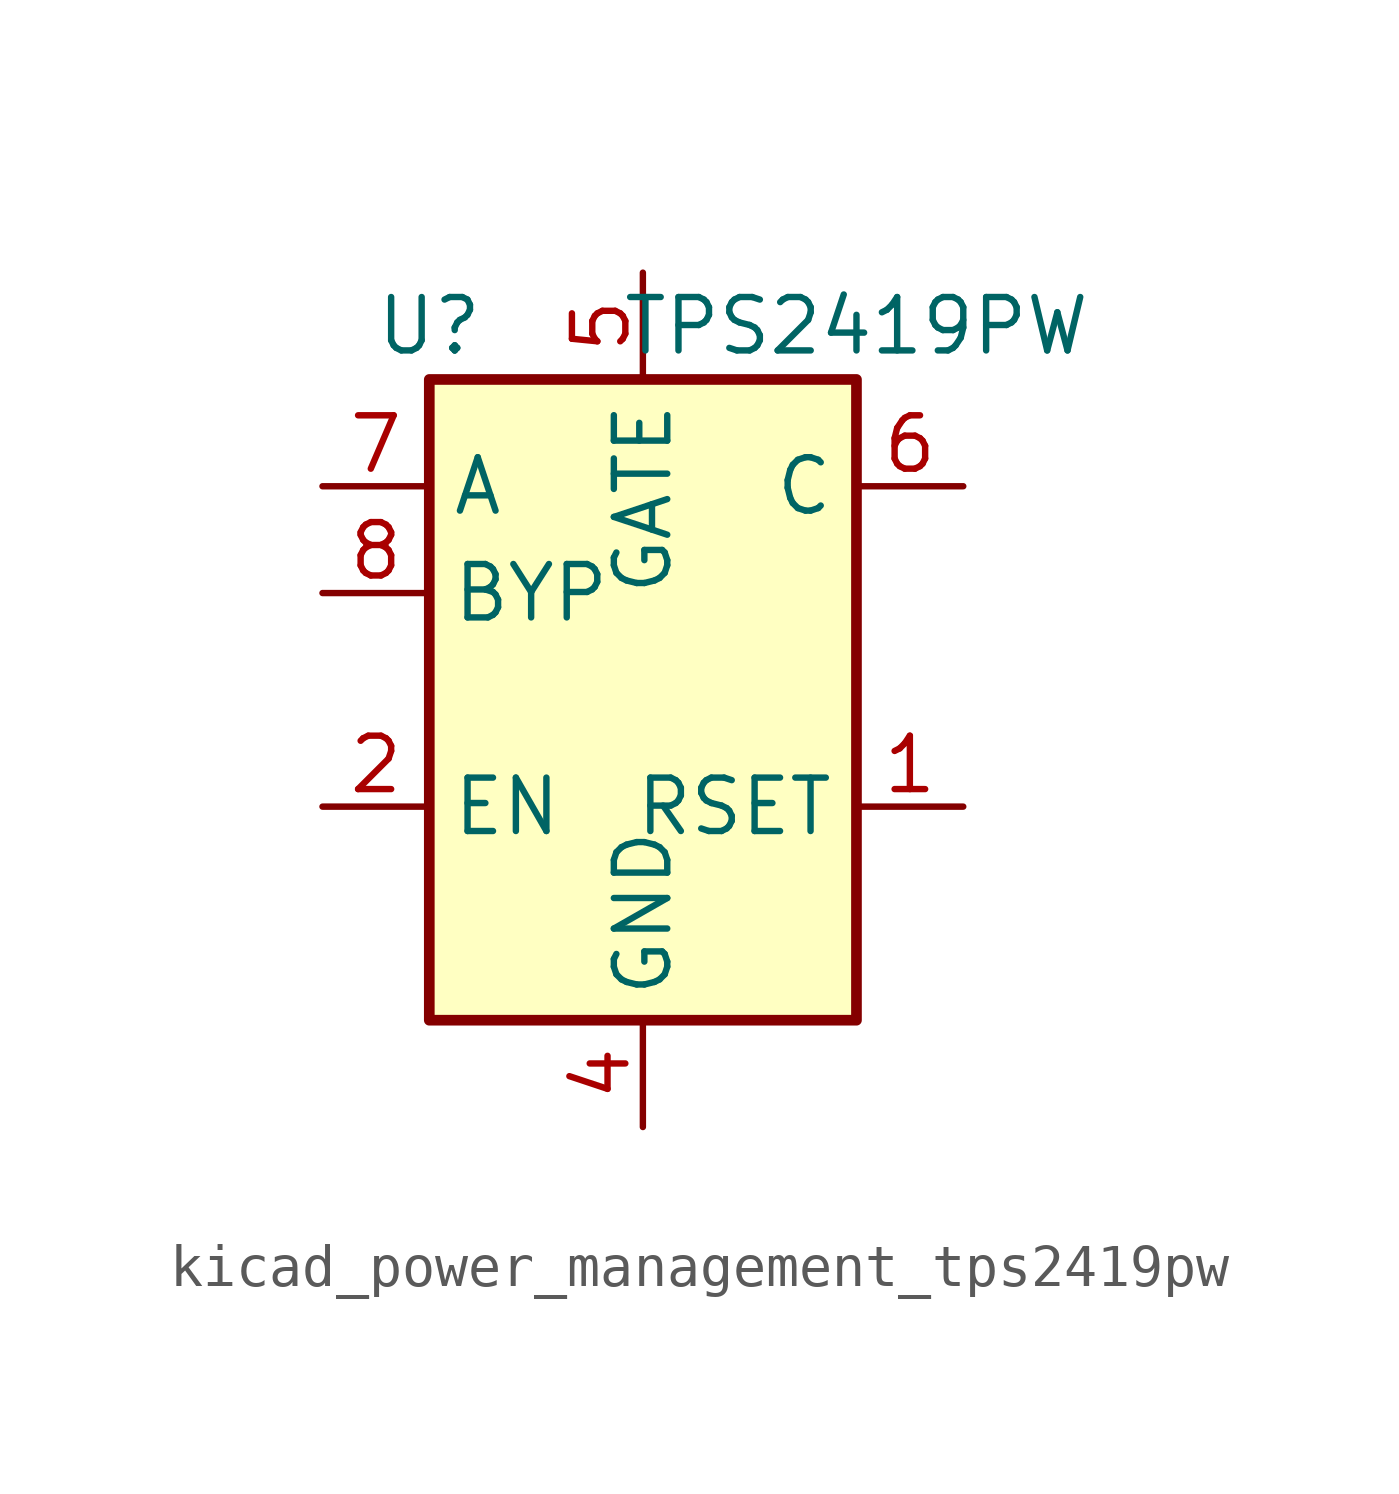
<source format=kicad_sym>
(kicad_symbol_lib
  (version 20220914)
  (generator kicad_symbol_editor)
  (symbol "kicad_power_management_tps2419pw"
    (property "Reference" "U"
      (at -5.08 8.89 0)
      (effects (font (size 1.27 1.27))))
    (property "Value" "TPS2419PW"
      (at 5.08 8.89 0)
      (effects (font (size 1.27 1.27))))
    (symbol "kicad_power_management_tps2419pw_0_1"
      (rectangle (start -5.08 7.62) (end 5.08 -7.62) (stroke (width 0.254) (type default)) (fill (type background))))
    (symbol "kicad_power_management_tps2419pw_1_1"
      (pin passive line (at 7.62 -2.54 180) (length 2.54) (name "RSET" (effects (font (size 1.27 1.27)))) (number "1" (effects (font (size 1.27 1.27)))))
      (pin input line (at -7.62 -2.54 0) (length 2.54) (name "EN" (effects (font (size 1.27 1.27)))) (number "2" (effects (font (size 1.27 1.27)))))
      (pin passive line (at 0 -10.16 90) (length 2.54) hide (name "GND" (effects (font (size 1.27 1.27)))) (number "3" (effects (font (size 1.27 1.27)))))
      (pin power_in line (at 0 -10.16 90) (length 2.54) (name "GND" (effects (font (size 1.27 1.27)))) (number "4" (effects (font (size 1.27 1.27)))))
      (pin output line (at 0 10.16 270) (length 2.54) (name "GATE" (effects (font (size 1.27 1.27)))) (number "5" (effects (font (size 1.27 1.27)))))
      (pin input line (at 7.62 5.08 180) (length 2.54) (name "C" (effects (font (size 1.27 1.27)))) (number "6" (effects (font (size 1.27 1.27)))))
      (pin input line (at -7.62 5.08 0) (length 2.54) (name "A" (effects (font (size 1.27 1.27)))) (number "7" (effects (font (size 1.27 1.27)))))
      (pin passive line (at -7.62 2.54 0) (length 2.54) (name "BYP" (effects (font (size 1.27 1.27)))) (number "8" (effects (font (size 1.27 1.27))))))))
</source>
